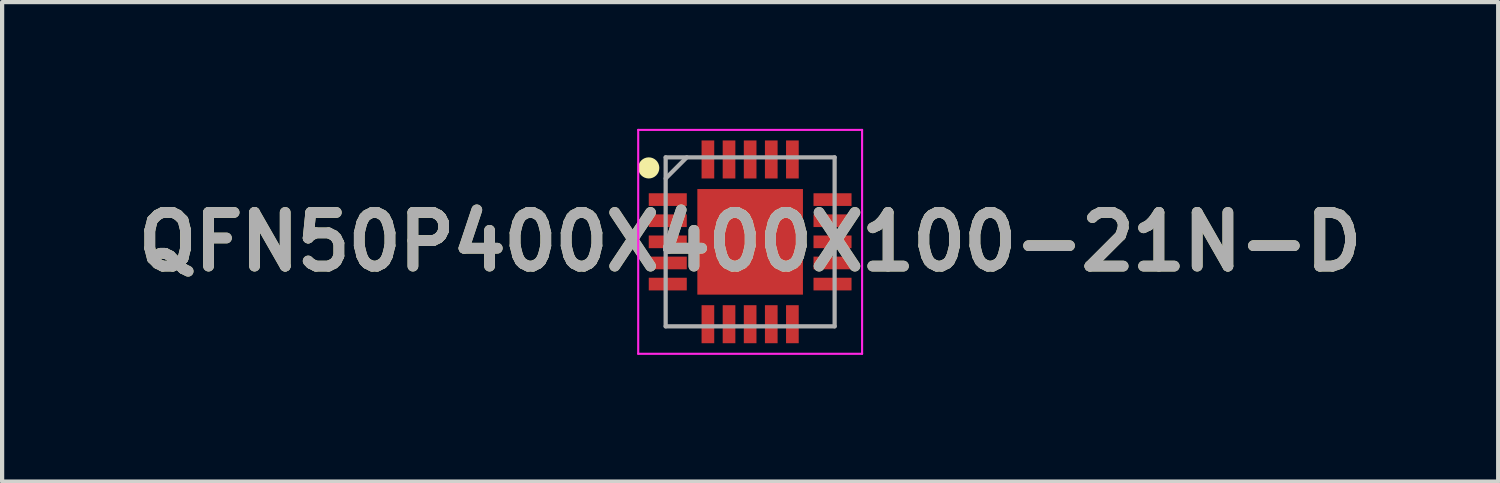
<source format=kicad_pcb>
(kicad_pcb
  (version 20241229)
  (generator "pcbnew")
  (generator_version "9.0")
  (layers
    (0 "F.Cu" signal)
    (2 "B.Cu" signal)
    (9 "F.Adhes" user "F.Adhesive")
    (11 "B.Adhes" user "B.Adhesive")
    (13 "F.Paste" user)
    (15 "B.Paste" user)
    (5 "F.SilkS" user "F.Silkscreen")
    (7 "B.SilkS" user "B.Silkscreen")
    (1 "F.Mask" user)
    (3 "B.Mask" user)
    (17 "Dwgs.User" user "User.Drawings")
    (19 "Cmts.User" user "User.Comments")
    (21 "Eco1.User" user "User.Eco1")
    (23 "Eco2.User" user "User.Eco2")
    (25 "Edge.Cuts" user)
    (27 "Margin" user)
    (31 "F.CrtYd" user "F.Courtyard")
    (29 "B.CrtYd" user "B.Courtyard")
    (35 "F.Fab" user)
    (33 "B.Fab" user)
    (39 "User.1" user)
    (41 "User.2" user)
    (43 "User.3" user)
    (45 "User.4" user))
  (footprint "QFN50P400X400X100-21N-D"
    (layer "F.Cu")
    (at 14.708 2.675)
    (property "Reference" "QFN50P400X400X100-21N-D" (at 0 0 0) (layer "F.SilkS") (effects (font (size 1.27 1.27) (thickness 0.254))))
    (attr smd)
    (fp_circle (center -2.4 -1.75) (end -2.4 -1.625) (stroke (width 0.25) (type solid)) (fill no) (layer "F.SilkS"))
    (fp_line (start -2.65 -2.65) (end 2.65 -2.65) (stroke (width 0.05) (type solid)) (layer "F.CrtYd"))
    (fp_line (start -2.65 2.65) (end -2.65 -2.65) (stroke (width 0.05) (type solid)) (layer "F.CrtYd"))
    (fp_line (start 2.65 -2.65) (end 2.65 2.65) (stroke (width 0.05) (type solid)) (layer "F.CrtYd"))
    (fp_line (start 2.65 2.65) (end -2.65 2.65) (stroke (width 0.05) (type solid)) (layer "F.CrtYd"))
    (fp_line (start -2 -2) (end 2 -2) (stroke (width 0.1) (type solid)) (layer "F.Fab"))
    (fp_line (start -2 -1.5) (end -1.5 -2) (stroke (width 0.1) (type solid)) (layer "F.Fab"))
    (fp_line (start -2 2) (end -2 -2) (stroke (width 0.1) (type solid)) (layer "F.Fab"))
    (fp_line (start 2 -2) (end 2 2) (stroke (width 0.1) (type solid)) (layer "F.Fab"))
    (fp_line (start 2 2) (end -2 2) (stroke (width 0.1) (type solid)) (layer "F.Fab"))
    (fp_text user "${REFERENCE}" (at 0 0 0) (layer "F.Fab") (effects (font (size 1.27 1.27) (thickness 0.254))))
    (pad "1" smd rect (at -1.95 -1 90) (size 0.3 0.9) (layers "F.Cu" "F.Mask" "F.Paste"))
    (pad "2" smd rect (at -1.95 -0.5 90) (size 0.3 0.9) (layers "F.Cu" "F.Mask" "F.Paste"))
    (pad "3" smd rect (at -1.95 0 90) (size 0.3 0.9) (layers "F.Cu" "F.Mask" "F.Paste"))
    (pad "4" smd rect (at -1.95 0.5 90) (size 0.3 0.9) (layers "F.Cu" "F.Mask" "F.Paste"))
    (pad "5" smd rect (at -1.95 1 90) (size 0.3 0.9) (layers "F.Cu" "F.Mask" "F.Paste"))
    (pad "6" smd rect (at -1 1.95) (size 0.3 0.9) (layers "F.Cu" "F.Mask" "F.Paste"))
    (pad "7" smd rect (at -0.5 1.95) (size 0.3 0.9) (layers "F.Cu" "F.Mask" "F.Paste"))
    (pad "8" smd rect (at 0 1.95) (size 0.3 0.9) (layers "F.Cu" "F.Mask" "F.Paste"))
    (pad "9" smd rect (at 0.5 1.95) (size 0.3 0.9) (layers "F.Cu" "F.Mask" "F.Paste"))
    (pad "10" smd rect (at 1 1.95) (size 0.3 0.9) (layers "F.Cu" "F.Mask" "F.Paste"))
    (pad "11" smd rect (at 1.95 1 90) (size 0.3 0.9) (layers "F.Cu" "F.Mask" "F.Paste"))
    (pad "12" smd rect (at 1.95 0.5 90) (size 0.3 0.9) (layers "F.Cu" "F.Mask" "F.Paste"))
    (pad "13" smd rect (at 1.95 0 90) (size 0.3 0.9) (layers "F.Cu" "F.Mask" "F.Paste"))
    (pad "14" smd rect (at 1.95 -0.5 90) (size 0.3 0.9) (layers "F.Cu" "F.Mask" "F.Paste"))
    (pad "15" smd rect (at 1.95 -1 90) (size 0.3 0.9) (layers "F.Cu" "F.Mask" "F.Paste"))
    (pad "16" smd rect (at 1 -1.95) (size 0.3 0.9) (layers "F.Cu" "F.Mask" "F.Paste"))
    (pad "17" smd rect (at 0.5 -1.95) (size 0.3 0.9) (layers "F.Cu" "F.Mask" "F.Paste"))
    (pad "18" smd rect (at 0 -1.95) (size 0.3 0.9) (layers "F.Cu" "F.Mask" "F.Paste"))
    (pad "19" smd rect (at -0.5 -1.95) (size 0.3 0.9) (layers "F.Cu" "F.Mask" "F.Paste"))
    (pad "20" smd rect (at -1 -1.95) (size 0.3 0.9) (layers "F.Cu" "F.Mask" "F.Paste"))
    (pad "21" smd rect (at 0 0) (size 2.5 2.5) (layers "F.Cu" "F.Mask" "F.Paste")))
  (gr_rect
    (start -3 -3)
    (end 32.416 8.35)
    (stroke (width 0.1) (type default))
    (fill no)
    (layer "Edge.Cuts")))
</source>
